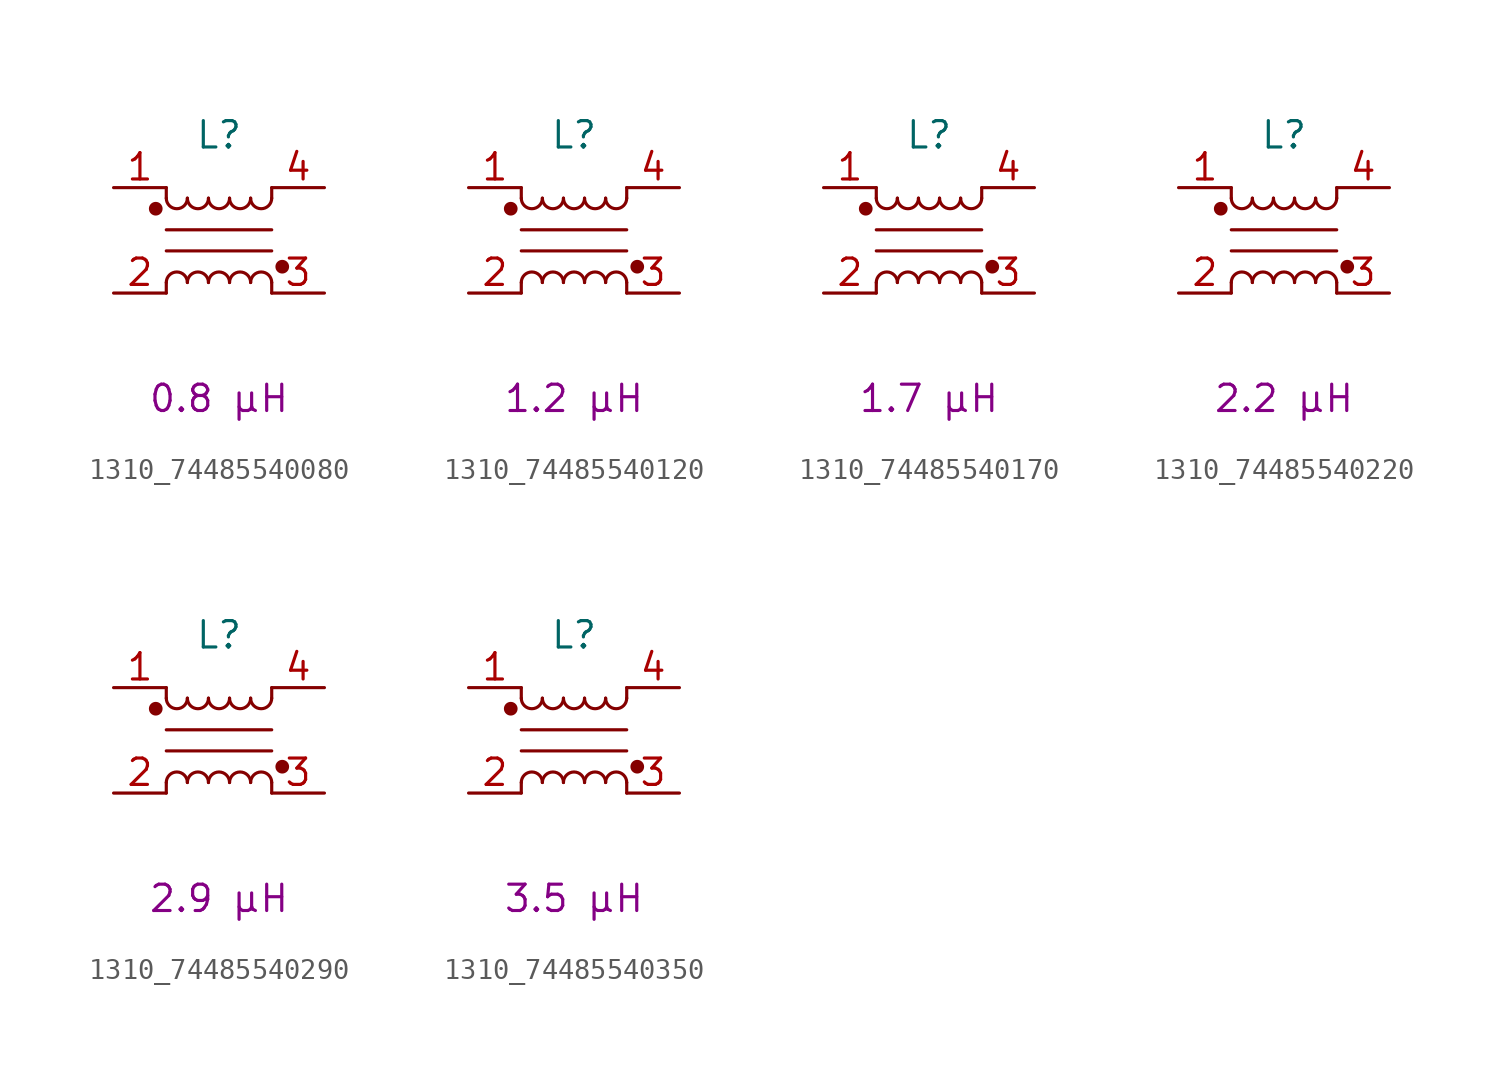
<source format=kicad_sym>
(kicad_symbol_lib
  (version 20220914)
  (generator kicad_symbol_editor)
  (symbol "1310_74485540080"
    (pin_names hide)
    (property "Reference" "L"
      (at 0 5.08 0)
      (effects (font (size 1.27 1.27))))
    (property "Critical Parameter" "0.8 µH"
      (at 0 -7.62 0)
      (effects (font (size 1.27 1.27))))
    (symbol "1310_74485540080_0_1"
      (circle (center -3.048 1.524) (radius 0.254) (stroke (width 0) (type default)) (fill (type outline)))
      (arc (start -2.54 2.032) (mid -2.032 1.5262) (end -1.524 2.032) (stroke (width 0) (type default)) (fill (type none)))
      (arc (start -1.524 -2.032) (mid -2.032 -1.5262) (end -2.54 -2.032) (stroke (width 0) (type default)) (fill (type none)))
      (arc (start -1.524 2.032) (mid -1.016 1.5262) (end -0.508 2.032) (stroke (width 0) (type default)) (fill (type none)))
      (arc (start -0.508 -2.032) (mid -1.016 -1.5262) (end -1.524 -2.032) (stroke (width 0) (type default)) (fill (type none)))
      (arc (start -0.508 2.032) (mid 0 1.5262) (end 0.508 2.032) (stroke (width 0) (type default)) (fill (type none)))
      (polyline (pts (xy -2.54 -2.032) (xy -2.54 -2.54)) (stroke (width 0) (type default)) (fill (type none)))
      (polyline (pts (xy -2.54 0.508) (xy 2.54 0.508)) (stroke (width 0) (type default)) (fill (type none)))
      (polyline (pts (xy -2.54 2.032) (xy -2.54 2.54)) (stroke (width 0) (type default)) (fill (type none)))
      (polyline (pts (xy 2.54 -2.032) (xy 2.54 -2.54)) (stroke (width 0) (type default)) (fill (type none)))
      (polyline (pts (xy 2.54 -0.508) (xy -2.54 -0.508)) (stroke (width 0) (type default)) (fill (type none)))
      (polyline (pts (xy 2.54 2.54) (xy 2.54 2.032)) (stroke (width 0) (type default)) (fill (type none)))
      (arc (start 0.508 -2.032) (mid 0 -1.5262) (end -0.508 -2.032) (stroke (width 0) (type default)) (fill (type none)))
      (arc (start 0.508 2.032) (mid 1.016 1.5262) (end 1.524 2.032) (stroke (width 0) (type default)) (fill (type none)))
      (arc (start 1.524 -2.032) (mid 1.016 -1.5262) (end 0.508 -2.032) (stroke (width 0) (type default)) (fill (type none)))
      (arc (start 1.524 2.032) (mid 2.032 1.5262) (end 2.54 2.032) (stroke (width 0) (type default)) (fill (type none)))
      (arc (start 2.54 -2.032) (mid 2.032 -1.5262) (end 1.524 -2.032) (stroke (width 0) (type default)) (fill (type none)))
      (circle (center 3.048 -1.27) (radius 0.254) (stroke (width 0) (type default)) (fill (type outline))))
    (symbol "1310_74485540080_1_1"
      (pin passive line (at -5.08 2.54 0) (length 2.54) (name "1" (effects (font (size 1.27 1.27)))) (number "1" (effects (font (size 1.27 1.27)))))
      (pin passive line (at -5.08 -2.54 0) (length 2.54) (name "2" (effects (font (size 1.27 1.27)))) (number "2" (effects (font (size 1.27 1.27)))))
      (pin passive line (at 5.08 -2.54 180) (length 2.54) (name "3" (effects (font (size 1.27 1.27)))) (number "3" (effects (font (size 1.27 1.27)))))
      (pin passive line (at 5.08 2.54 180) (length 2.54) (name "4" (effects (font (size 1.27 1.27)))) (number "4" (effects (font (size 1.27 1.27)))))))
  (symbol "1310_74485540120"
    (pin_names hide)
    (property "Reference" "L"
      (at 0 5.08 0)
      (effects (font (size 1.27 1.27))))
    (property "Critical Parameter" "1.2 µH"
      (at 0 -7.62 0)
      (effects (font (size 1.27 1.27))))
    (symbol "1310_74485540120_0_1"
      (circle (center -3.048 1.524) (radius 0.254) (stroke (width 0) (type default)) (fill (type outline)))
      (arc (start -2.54 2.032) (mid -2.032 1.5262) (end -1.524 2.032) (stroke (width 0) (type default)) (fill (type none)))
      (arc (start -1.524 -2.032) (mid -2.032 -1.5262) (end -2.54 -2.032) (stroke (width 0) (type default)) (fill (type none)))
      (arc (start -1.524 2.032) (mid -1.016 1.5262) (end -0.508 2.032) (stroke (width 0) (type default)) (fill (type none)))
      (arc (start -0.508 -2.032) (mid -1.016 -1.5262) (end -1.524 -2.032) (stroke (width 0) (type default)) (fill (type none)))
      (arc (start -0.508 2.032) (mid 0 1.5262) (end 0.508 2.032) (stroke (width 0) (type default)) (fill (type none)))
      (polyline (pts (xy -2.54 -2.032) (xy -2.54 -2.54)) (stroke (width 0) (type default)) (fill (type none)))
      (polyline (pts (xy -2.54 0.508) (xy 2.54 0.508)) (stroke (width 0) (type default)) (fill (type none)))
      (polyline (pts (xy -2.54 2.032) (xy -2.54 2.54)) (stroke (width 0) (type default)) (fill (type none)))
      (polyline (pts (xy 2.54 -2.032) (xy 2.54 -2.54)) (stroke (width 0) (type default)) (fill (type none)))
      (polyline (pts (xy 2.54 -0.508) (xy -2.54 -0.508)) (stroke (width 0) (type default)) (fill (type none)))
      (polyline (pts (xy 2.54 2.54) (xy 2.54 2.032)) (stroke (width 0) (type default)) (fill (type none)))
      (arc (start 0.508 -2.032) (mid 0 -1.5262) (end -0.508 -2.032) (stroke (width 0) (type default)) (fill (type none)))
      (arc (start 0.508 2.032) (mid 1.016 1.5262) (end 1.524 2.032) (stroke (width 0) (type default)) (fill (type none)))
      (arc (start 1.524 -2.032) (mid 1.016 -1.5262) (end 0.508 -2.032) (stroke (width 0) (type default)) (fill (type none)))
      (arc (start 1.524 2.032) (mid 2.032 1.5262) (end 2.54 2.032) (stroke (width 0) (type default)) (fill (type none)))
      (arc (start 2.54 -2.032) (mid 2.032 -1.5262) (end 1.524 -2.032) (stroke (width 0) (type default)) (fill (type none)))
      (circle (center 3.048 -1.27) (radius 0.254) (stroke (width 0) (type default)) (fill (type outline))))
    (symbol "1310_74485540120_1_1"
      (pin passive line (at -5.08 2.54 0) (length 2.54) (name "1" (effects (font (size 1.27 1.27)))) (number "1" (effects (font (size 1.27 1.27)))))
      (pin passive line (at -5.08 -2.54 0) (length 2.54) (name "2" (effects (font (size 1.27 1.27)))) (number "2" (effects (font (size 1.27 1.27)))))
      (pin passive line (at 5.08 -2.54 180) (length 2.54) (name "3" (effects (font (size 1.27 1.27)))) (number "3" (effects (font (size 1.27 1.27)))))
      (pin passive line (at 5.08 2.54 180) (length 2.54) (name "4" (effects (font (size 1.27 1.27)))) (number "4" (effects (font (size 1.27 1.27)))))))
  (symbol "1310_74485540170"
    (pin_names hide)
    (property "Reference" "L"
      (at 0 5.08 0)
      (effects (font (size 1.27 1.27))))
    (property "Critical Parameter" "1.7 µH"
      (at 0 -7.62 0)
      (effects (font (size 1.27 1.27))))
    (symbol "1310_74485540170_0_1"
      (circle (center -3.048 1.524) (radius 0.254) (stroke (width 0) (type default)) (fill (type outline)))
      (arc (start -2.54 2.032) (mid -2.032 1.5262) (end -1.524 2.032) (stroke (width 0) (type default)) (fill (type none)))
      (arc (start -1.524 -2.032) (mid -2.032 -1.5262) (end -2.54 -2.032) (stroke (width 0) (type default)) (fill (type none)))
      (arc (start -1.524 2.032) (mid -1.016 1.5262) (end -0.508 2.032) (stroke (width 0) (type default)) (fill (type none)))
      (arc (start -0.508 -2.032) (mid -1.016 -1.5262) (end -1.524 -2.032) (stroke (width 0) (type default)) (fill (type none)))
      (arc (start -0.508 2.032) (mid 0 1.5262) (end 0.508 2.032) (stroke (width 0) (type default)) (fill (type none)))
      (polyline (pts (xy -2.54 -2.032) (xy -2.54 -2.54)) (stroke (width 0) (type default)) (fill (type none)))
      (polyline (pts (xy -2.54 0.508) (xy 2.54 0.508)) (stroke (width 0) (type default)) (fill (type none)))
      (polyline (pts (xy -2.54 2.032) (xy -2.54 2.54)) (stroke (width 0) (type default)) (fill (type none)))
      (polyline (pts (xy 2.54 -2.032) (xy 2.54 -2.54)) (stroke (width 0) (type default)) (fill (type none)))
      (polyline (pts (xy 2.54 -0.508) (xy -2.54 -0.508)) (stroke (width 0) (type default)) (fill (type none)))
      (polyline (pts (xy 2.54 2.54) (xy 2.54 2.032)) (stroke (width 0) (type default)) (fill (type none)))
      (arc (start 0.508 -2.032) (mid 0 -1.5262) (end -0.508 -2.032) (stroke (width 0) (type default)) (fill (type none)))
      (arc (start 0.508 2.032) (mid 1.016 1.5262) (end 1.524 2.032) (stroke (width 0) (type default)) (fill (type none)))
      (arc (start 1.524 -2.032) (mid 1.016 -1.5262) (end 0.508 -2.032) (stroke (width 0) (type default)) (fill (type none)))
      (arc (start 1.524 2.032) (mid 2.032 1.5262) (end 2.54 2.032) (stroke (width 0) (type default)) (fill (type none)))
      (arc (start 2.54 -2.032) (mid 2.032 -1.5262) (end 1.524 -2.032) (stroke (width 0) (type default)) (fill (type none)))
      (circle (center 3.048 -1.27) (radius 0.254) (stroke (width 0) (type default)) (fill (type outline))))
    (symbol "1310_74485540170_1_1"
      (pin passive line (at -5.08 2.54 0) (length 2.54) (name "1" (effects (font (size 1.27 1.27)))) (number "1" (effects (font (size 1.27 1.27)))))
      (pin passive line (at -5.08 -2.54 0) (length 2.54) (name "2" (effects (font (size 1.27 1.27)))) (number "2" (effects (font (size 1.27 1.27)))))
      (pin passive line (at 5.08 -2.54 180) (length 2.54) (name "3" (effects (font (size 1.27 1.27)))) (number "3" (effects (font (size 1.27 1.27)))))
      (pin passive line (at 5.08 2.54 180) (length 2.54) (name "4" (effects (font (size 1.27 1.27)))) (number "4" (effects (font (size 1.27 1.27)))))))
  (symbol "1310_74485540220"
    (pin_names hide)
    (property "Reference" "L"
      (at 0 5.08 0)
      (effects (font (size 1.27 1.27))))
    (property "Critical Parameter" "2.2 µH"
      (at 0 -7.62 0)
      (effects (font (size 1.27 1.27))))
    (symbol "1310_74485540220_0_1"
      (circle (center -3.048 1.524) (radius 0.254) (stroke (width 0) (type default)) (fill (type outline)))
      (arc (start -2.54 2.032) (mid -2.032 1.5262) (end -1.524 2.032) (stroke (width 0) (type default)) (fill (type none)))
      (arc (start -1.524 -2.032) (mid -2.032 -1.5262) (end -2.54 -2.032) (stroke (width 0) (type default)) (fill (type none)))
      (arc (start -1.524 2.032) (mid -1.016 1.5262) (end -0.508 2.032) (stroke (width 0) (type default)) (fill (type none)))
      (arc (start -0.508 -2.032) (mid -1.016 -1.5262) (end -1.524 -2.032) (stroke (width 0) (type default)) (fill (type none)))
      (arc (start -0.508 2.032) (mid 0 1.5262) (end 0.508 2.032) (stroke (width 0) (type default)) (fill (type none)))
      (polyline (pts (xy -2.54 -2.032) (xy -2.54 -2.54)) (stroke (width 0) (type default)) (fill (type none)))
      (polyline (pts (xy -2.54 0.508) (xy 2.54 0.508)) (stroke (width 0) (type default)) (fill (type none)))
      (polyline (pts (xy -2.54 2.032) (xy -2.54 2.54)) (stroke (width 0) (type default)) (fill (type none)))
      (polyline (pts (xy 2.54 -2.032) (xy 2.54 -2.54)) (stroke (width 0) (type default)) (fill (type none)))
      (polyline (pts (xy 2.54 -0.508) (xy -2.54 -0.508)) (stroke (width 0) (type default)) (fill (type none)))
      (polyline (pts (xy 2.54 2.54) (xy 2.54 2.032)) (stroke (width 0) (type default)) (fill (type none)))
      (arc (start 0.508 -2.032) (mid 0 -1.5262) (end -0.508 -2.032) (stroke (width 0) (type default)) (fill (type none)))
      (arc (start 0.508 2.032) (mid 1.016 1.5262) (end 1.524 2.032) (stroke (width 0) (type default)) (fill (type none)))
      (arc (start 1.524 -2.032) (mid 1.016 -1.5262) (end 0.508 -2.032) (stroke (width 0) (type default)) (fill (type none)))
      (arc (start 1.524 2.032) (mid 2.032 1.5262) (end 2.54 2.032) (stroke (width 0) (type default)) (fill (type none)))
      (arc (start 2.54 -2.032) (mid 2.032 -1.5262) (end 1.524 -2.032) (stroke (width 0) (type default)) (fill (type none)))
      (circle (center 3.048 -1.27) (radius 0.254) (stroke (width 0) (type default)) (fill (type outline))))
    (symbol "1310_74485540220_1_1"
      (pin passive line (at -5.08 2.54 0) (length 2.54) (name "1" (effects (font (size 1.27 1.27)))) (number "1" (effects (font (size 1.27 1.27)))))
      (pin passive line (at -5.08 -2.54 0) (length 2.54) (name "2" (effects (font (size 1.27 1.27)))) (number "2" (effects (font (size 1.27 1.27)))))
      (pin passive line (at 5.08 -2.54 180) (length 2.54) (name "3" (effects (font (size 1.27 1.27)))) (number "3" (effects (font (size 1.27 1.27)))))
      (pin passive line (at 5.08 2.54 180) (length 2.54) (name "4" (effects (font (size 1.27 1.27)))) (number "4" (effects (font (size 1.27 1.27)))))))
  (symbol "1310_74485540290"
    (pin_names hide)
    (property "Reference" "L"
      (at 0 5.08 0)
      (effects (font (size 1.27 1.27))))
    (property "Critical Parameter" "2.9 µH"
      (at 0 -7.62 0)
      (effects (font (size 1.27 1.27))))
    (symbol "1310_74485540290_0_1"
      (circle (center -3.048 1.524) (radius 0.254) (stroke (width 0) (type default)) (fill (type outline)))
      (arc (start -2.54 2.032) (mid -2.032 1.5262) (end -1.524 2.032) (stroke (width 0) (type default)) (fill (type none)))
      (arc (start -1.524 -2.032) (mid -2.032 -1.5262) (end -2.54 -2.032) (stroke (width 0) (type default)) (fill (type none)))
      (arc (start -1.524 2.032) (mid -1.016 1.5262) (end -0.508 2.032) (stroke (width 0) (type default)) (fill (type none)))
      (arc (start -0.508 -2.032) (mid -1.016 -1.5262) (end -1.524 -2.032) (stroke (width 0) (type default)) (fill (type none)))
      (arc (start -0.508 2.032) (mid 0 1.5262) (end 0.508 2.032) (stroke (width 0) (type default)) (fill (type none)))
      (polyline (pts (xy -2.54 -2.032) (xy -2.54 -2.54)) (stroke (width 0) (type default)) (fill (type none)))
      (polyline (pts (xy -2.54 0.508) (xy 2.54 0.508)) (stroke (width 0) (type default)) (fill (type none)))
      (polyline (pts (xy -2.54 2.032) (xy -2.54 2.54)) (stroke (width 0) (type default)) (fill (type none)))
      (polyline (pts (xy 2.54 -2.032) (xy 2.54 -2.54)) (stroke (width 0) (type default)) (fill (type none)))
      (polyline (pts (xy 2.54 -0.508) (xy -2.54 -0.508)) (stroke (width 0) (type default)) (fill (type none)))
      (polyline (pts (xy 2.54 2.54) (xy 2.54 2.032)) (stroke (width 0) (type default)) (fill (type none)))
      (arc (start 0.508 -2.032) (mid 0 -1.5262) (end -0.508 -2.032) (stroke (width 0) (type default)) (fill (type none)))
      (arc (start 0.508 2.032) (mid 1.016 1.5262) (end 1.524 2.032) (stroke (width 0) (type default)) (fill (type none)))
      (arc (start 1.524 -2.032) (mid 1.016 -1.5262) (end 0.508 -2.032) (stroke (width 0) (type default)) (fill (type none)))
      (arc (start 1.524 2.032) (mid 2.032 1.5262) (end 2.54 2.032) (stroke (width 0) (type default)) (fill (type none)))
      (arc (start 2.54 -2.032) (mid 2.032 -1.5262) (end 1.524 -2.032) (stroke (width 0) (type default)) (fill (type none)))
      (circle (center 3.048 -1.27) (radius 0.254) (stroke (width 0) (type default)) (fill (type outline))))
    (symbol "1310_74485540290_1_1"
      (pin passive line (at -5.08 2.54 0) (length 2.54) (name "1" (effects (font (size 1.27 1.27)))) (number "1" (effects (font (size 1.27 1.27)))))
      (pin passive line (at -5.08 -2.54 0) (length 2.54) (name "2" (effects (font (size 1.27 1.27)))) (number "2" (effects (font (size 1.27 1.27)))))
      (pin passive line (at 5.08 -2.54 180) (length 2.54) (name "3" (effects (font (size 1.27 1.27)))) (number "3" (effects (font (size 1.27 1.27)))))
      (pin passive line (at 5.08 2.54 180) (length 2.54) (name "4" (effects (font (size 1.27 1.27)))) (number "4" (effects (font (size 1.27 1.27)))))))
  (symbol "1310_74485540350"
    (pin_names hide)
    (property "Reference" "L"
      (at 0 5.08 0)
      (effects (font (size 1.27 1.27))))
    (property "Critical Parameter" "3.5 µH"
      (at 0 -7.62 0)
      (effects (font (size 1.27 1.27))))
    (symbol "1310_74485540350_0_1"
      (circle (center -3.048 1.524) (radius 0.254) (stroke (width 0) (type default)) (fill (type outline)))
      (arc (start -2.54 2.032) (mid -2.032 1.5262) (end -1.524 2.032) (stroke (width 0) (type default)) (fill (type none)))
      (arc (start -1.524 -2.032) (mid -2.032 -1.5262) (end -2.54 -2.032) (stroke (width 0) (type default)) (fill (type none)))
      (arc (start -1.524 2.032) (mid -1.016 1.5262) (end -0.508 2.032) (stroke (width 0) (type default)) (fill (type none)))
      (arc (start -0.508 -2.032) (mid -1.016 -1.5262) (end -1.524 -2.032) (stroke (width 0) (type default)) (fill (type none)))
      (arc (start -0.508 2.032) (mid 0 1.5262) (end 0.508 2.032) (stroke (width 0) (type default)) (fill (type none)))
      (polyline (pts (xy -2.54 -2.032) (xy -2.54 -2.54)) (stroke (width 0) (type default)) (fill (type none)))
      (polyline (pts (xy -2.54 0.508) (xy 2.54 0.508)) (stroke (width 0) (type default)) (fill (type none)))
      (polyline (pts (xy -2.54 2.032) (xy -2.54 2.54)) (stroke (width 0) (type default)) (fill (type none)))
      (polyline (pts (xy 2.54 -2.032) (xy 2.54 -2.54)) (stroke (width 0) (type default)) (fill (type none)))
      (polyline (pts (xy 2.54 -0.508) (xy -2.54 -0.508)) (stroke (width 0) (type default)) (fill (type none)))
      (polyline (pts (xy 2.54 2.54) (xy 2.54 2.032)) (stroke (width 0) (type default)) (fill (type none)))
      (arc (start 0.508 -2.032) (mid 0 -1.5262) (end -0.508 -2.032) (stroke (width 0) (type default)) (fill (type none)))
      (arc (start 0.508 2.032) (mid 1.016 1.5262) (end 1.524 2.032) (stroke (width 0) (type default)) (fill (type none)))
      (arc (start 1.524 -2.032) (mid 1.016 -1.5262) (end 0.508 -2.032) (stroke (width 0) (type default)) (fill (type none)))
      (arc (start 1.524 2.032) (mid 2.032 1.5262) (end 2.54 2.032) (stroke (width 0) (type default)) (fill (type none)))
      (arc (start 2.54 -2.032) (mid 2.032 -1.5262) (end 1.524 -2.032) (stroke (width 0) (type default)) (fill (type none)))
      (circle (center 3.048 -1.27) (radius 0.254) (stroke (width 0) (type default)) (fill (type outline))))
    (symbol "1310_74485540350_1_1"
      (pin passive line (at -5.08 2.54 0) (length 2.54) (name "1" (effects (font (size 1.27 1.27)))) (number "1" (effects (font (size 1.27 1.27)))))
      (pin passive line (at -5.08 -2.54 0) (length 2.54) (name "2" (effects (font (size 1.27 1.27)))) (number "2" (effects (font (size 1.27 1.27)))))
      (pin passive line (at 5.08 -2.54 180) (length 2.54) (name "3" (effects (font (size 1.27 1.27)))) (number "3" (effects (font (size 1.27 1.27)))))
      (pin passive line (at 5.08 2.54 180) (length 2.54) (name "4" (effects (font (size 1.27 1.27)))) (number "4" (effects (font (size 1.27 1.27))))))))
</source>
